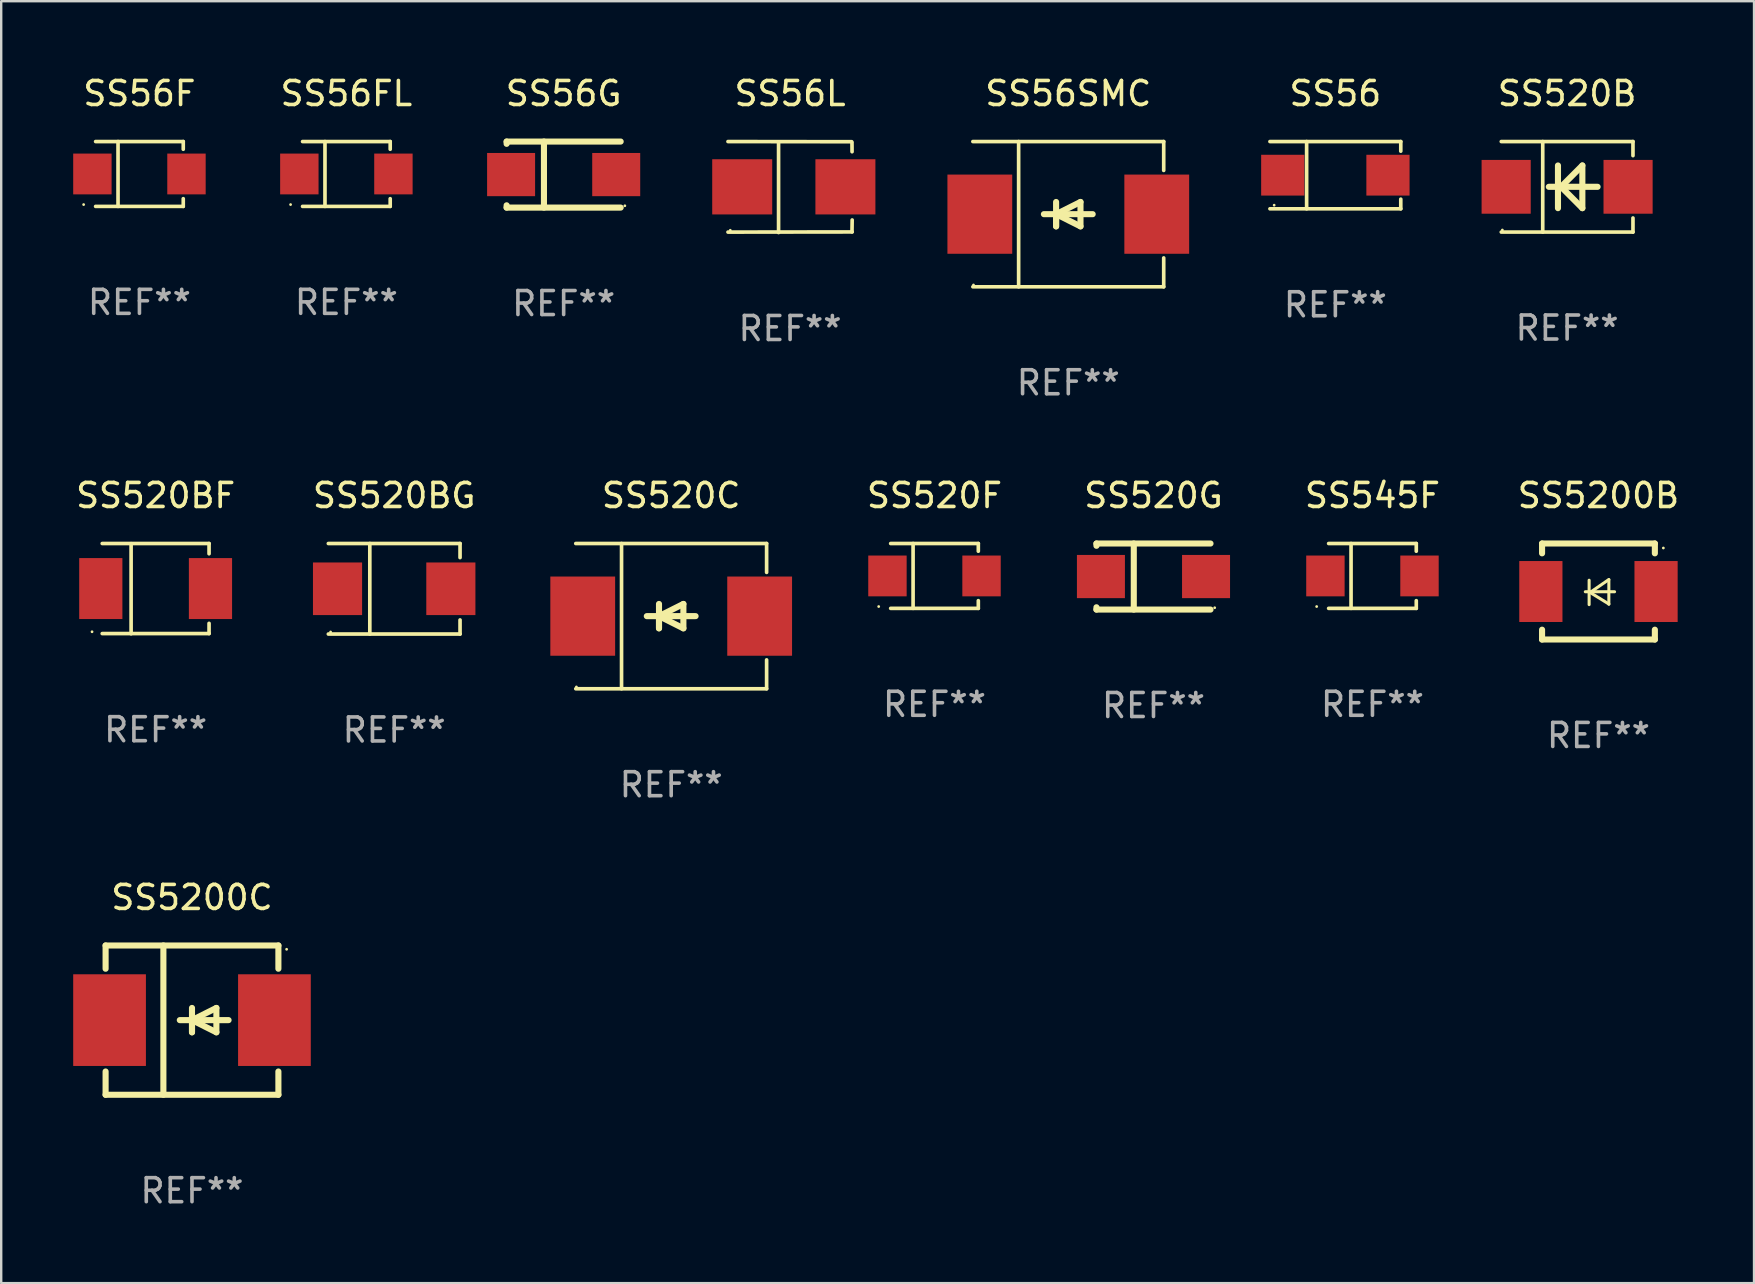
<source format=kicad_pcb>
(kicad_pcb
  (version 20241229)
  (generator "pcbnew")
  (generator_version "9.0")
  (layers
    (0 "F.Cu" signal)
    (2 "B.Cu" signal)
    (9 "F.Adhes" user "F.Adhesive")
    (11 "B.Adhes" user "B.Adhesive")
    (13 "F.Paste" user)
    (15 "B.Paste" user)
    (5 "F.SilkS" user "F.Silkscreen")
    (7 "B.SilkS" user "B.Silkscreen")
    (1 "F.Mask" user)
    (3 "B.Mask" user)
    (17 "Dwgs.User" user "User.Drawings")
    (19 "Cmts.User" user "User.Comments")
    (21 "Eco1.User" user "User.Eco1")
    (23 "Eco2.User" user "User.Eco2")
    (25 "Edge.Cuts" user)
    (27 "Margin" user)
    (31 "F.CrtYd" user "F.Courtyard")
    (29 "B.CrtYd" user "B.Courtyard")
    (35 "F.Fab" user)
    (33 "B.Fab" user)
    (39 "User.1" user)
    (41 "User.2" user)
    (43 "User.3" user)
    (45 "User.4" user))
  (footprint "SS56"
    (layer "F.Cu")
    (at 52.591 4.249)
    (property "Reference" "SS56" (at 0 -3.401 0) (layer "F.SilkS") (effects (font (size 1 1) (thickness 0.15))))
    (attr through_hole)
    (fp_line (start -2.726 -1.401) (end 2.726 -1.401) (stroke (width 0.152) (type solid)) (layer "F.SilkS"))
    (fp_line (start -2.726 1.401) (end 2.726 1.401) (stroke (width 0.152) (type solid)) (layer "F.SilkS"))
    (fp_line (start -1.197 -1.401) (end -1.197 1.401) (stroke (width 0.152) (type solid)) (layer "F.SilkS"))
    (fp_line (start 2.726 -1.401) (end 2.726 -1) (stroke (width 0.152) (type solid)) (layer "F.SilkS"))
    (fp_line (start 2.726 1.401) (end 2.726 1) (stroke (width 0.152) (type solid)) (layer "F.SilkS"))
    (fp_circle (center -2.55 1.25) (end -2.52 1.25) (stroke (width 0.06) (type solid)) (fill no) (layer "F.SilkS"))
    (fp_text user "REF**" (at 0 5.401 0) (layer "F.Fab") (effects (font (size 1 1) (thickness 0.15))))
    (pad "1" smd rect (at -2.192 0) (size 1.8 1.7) (layers "F.Cu" "F.Mask" "F.Paste"))
    (pad "2" smd rect (at 2.192 0) (size 1.8 1.7) (layers "F.Cu" "F.Mask" "F.Paste")))
  (footprint "SS56SMC"
    (layer "F.Cu")
    (at 41.463 5.874)
    (property "Reference" "SS56SMC" (at 0 -5.026 0) (layer "F.SilkS") (effects (font (size 1 1) (thickness 0.15))))
    (attr through_hole)
    (fp_line (start -3.976 -3.026) (end 3.976 -3.026) (stroke (width 0.152) (type solid)) (layer "F.SilkS"))
    (fp_line (start -3.976 3.026) (end 3.976 3.026) (stroke (width 0.152) (type solid)) (layer "F.SilkS"))
    (fp_line (start -2.069 -3.026) (end -2.069 3.026) (stroke (width 0.152) (type solid)) (layer "F.SilkS"))
    (fp_line (start -0.508 0) (end -0.508 0.508) (stroke (width 0.254) (type solid)) (layer "F.SilkS"))
    (fp_line (start -0.508 0) (end 0.508 0.508) (stroke (width 0.254) (type solid)) (layer "F.SilkS"))
    (fp_line (start -0.508 0.508) (end -0.508 -0.508) (stroke (width 0.254) (type solid)) (layer "F.SilkS"))
    (fp_line (start 0.508 -0.508) (end -0.508 0) (stroke (width 0.254) (type solid)) (layer "F.SilkS"))
    (fp_line (start 0.508 0.508) (end 0.508 -0.508) (stroke (width 0.254) (type solid)) (layer "F.SilkS"))
    (fp_line (start 1.016 0) (end -1.016 0) (stroke (width 0.254) (type solid)) (layer "F.SilkS"))
    (fp_line (start 3.976 -3.026) (end 3.976 -1.823) (stroke (width 0.152) (type solid)) (layer "F.SilkS"))
    (fp_line (start 3.976 3.026) (end 3.976 1.823) (stroke (width 0.152) (type solid)) (layer "F.SilkS"))
    (fp_circle (center -3.95 2.95) (end -3.92 2.95) (stroke (width 0.06) (type solid)) (fill no) (layer "F.SilkS"))
    (fp_text user "REF**" (at 0 7.026 0) (layer "F.Fab") (effects (font (size 1 1) (thickness 0.15))))
    (pad "1" smd rect (at -3.686 0) (size 2.7 3.3) (layers "F.Cu" "F.Mask" "F.Paste"))
    (pad "2" smd rect (at 3.686 0) (size 2.7 3.3) (layers "F.Cu" "F.Mask" "F.Paste")))
  (footprint "SS520BG"
    (layer "F.Cu")
    (at 13.375 21.483)
    (property "Reference" "SS520BG" (at 0 -3.886 0) (layer "F.SilkS") (effects (font (size 1 1) (thickness 0.15))))
    (attr through_hole)
    (fp_line (start -2.744 -1.886) (end 2.744 -1.886) (stroke (width 0.152) (type solid)) (layer "F.SilkS"))
    (fp_line (start -2.744 1.886) (end 2.744 1.886) (stroke (width 0.152) (type solid)) (layer "F.SilkS"))
    (fp_line (start -1.016 -1.886) (end -1.016 1.886) (stroke (width 0.152) (type solid)) (layer "F.SilkS"))
    (fp_line (start 2.744 -1.886) (end 2.744 -1.299) (stroke (width 0.152) (type solid)) (layer "F.SilkS"))
    (fp_line (start 2.744 1.886) (end 2.744 1.299) (stroke (width 0.152) (type solid)) (layer "F.SilkS"))
    (fp_circle (center -2.65 1.8) (end -2.62 1.8) (stroke (width 0.06) (type solid)) (fill no) (layer "F.SilkS"))
    (fp_text user "REF**" (at 0 5.886 0) (layer "F.Fab") (effects (font (size 1 1) (thickness 0.15))))
    (pad "1" smd rect (at -2.361 0) (size 2.047 2.192) (layers "F.Cu" "F.Mask" "F.Paste"))
    (pad "2" smd rect (at 2.361 0) (size 2.047 2.192) (layers "F.Cu" "F.Mask" "F.Paste")))
  (footprint "SS56L"
    (layer "F.Cu")
    (at 29.871 4.744)
    (property "Reference" "SS56L" (at 0 -3.896 0) (layer "F.SilkS") (effects (font (size 1 1) (thickness 0.15))))
    (attr through_hole)
    (fp_line (start -2.588 -1.896) (end 2.568 -1.889) (stroke (width 0.152) (type solid)) (layer "F.SilkS"))
    (fp_line (start -2.588 1.877) (end 2.588 1.87) (stroke (width 0.152) (type solid)) (layer "F.SilkS"))
    (fp_line (start -0.48 1.896) (end -0.48 -1.871) (stroke (width 0.152) (type solid)) (layer "F.SilkS"))
    (fp_line (start 2.579 -1.849) (end 2.582 -1.472) (stroke (width 0.152) (type solid)) (layer "F.SilkS"))
    (fp_line (start 2.579 1.867) (end 2.587 1.372) (stroke (width 0.152) (type solid)) (layer "F.SilkS"))
    (fp_circle (center -2.492 1.801) (end -2.462 1.801) (stroke (width 0.06) (type solid)) (fill no) (layer "F.SilkS"))
    (fp_text user "REF**" (at 0 5.896 0) (layer "F.Fab") (effects (font (size 1 1) (thickness 0.15))))
    (pad "1" smd rect (at -1.995 -0.009) (size 2.5 2.3) (layers "F.Cu" "F.Mask" "F.Paste"))
    (pad "2" smd rect (at 2.305 -0.009) (size 2.5 2.3) (layers "F.Cu" "F.Mask" "F.Paste")))
  (footprint "SS520C"
    (layer "F.Cu")
    (at 24.917 22.623)
    (property "Reference" "SS520C" (at 0 -5.026 0) (layer "F.SilkS") (effects (font (size 1 1) (thickness 0.15))))
    (attr through_hole)
    (fp_line (start -3.976 -3.026) (end 3.976 -3.026) (stroke (width 0.152) (type solid)) (layer "F.SilkS"))
    (fp_line (start -3.976 3.026) (end 3.976 3.026) (stroke (width 0.152) (type solid)) (layer "F.SilkS"))
    (fp_line (start -2.069 -3.026) (end -2.069 3.026) (stroke (width 0.152) (type solid)) (layer "F.SilkS"))
    (fp_line (start -0.508 0) (end -0.508 0.508) (stroke (width 0.254) (type solid)) (layer "F.SilkS"))
    (fp_line (start -0.508 0) (end 0.508 0.508) (stroke (width 0.254) (type solid)) (layer "F.SilkS"))
    (fp_line (start -0.508 0.508) (end -0.508 -0.508) (stroke (width 0.254) (type solid)) (layer "F.SilkS"))
    (fp_line (start 0.508 -0.508) (end -0.508 0) (stroke (width 0.254) (type solid)) (layer "F.SilkS"))
    (fp_line (start 0.508 0.508) (end 0.508 -0.508) (stroke (width 0.254) (type solid)) (layer "F.SilkS"))
    (fp_line (start 1.016 0) (end -1.016 0) (stroke (width 0.254) (type solid)) (layer "F.SilkS"))
    (fp_line (start 3.976 -3.026) (end 3.976 -1.823) (stroke (width 0.152) (type solid)) (layer "F.SilkS"))
    (fp_line (start 3.976 3.026) (end 3.976 1.823) (stroke (width 0.152) (type solid)) (layer "F.SilkS"))
    (fp_circle (center -3.95 2.95) (end -3.92 2.95) (stroke (width 0.06) (type solid)) (fill no) (layer "F.SilkS"))
    (fp_text user "REF**" (at 0 7.026 0) (layer "F.Fab") (effects (font (size 1 1) (thickness 0.15))))
    (pad "1" smd rect (at -3.686 0) (size 2.7 3.3) (layers "F.Cu" "F.Mask" "F.Paste"))
    (pad "2" smd rect (at 3.686 0) (size 2.7 3.3) (layers "F.Cu" "F.Mask" "F.Paste")))
  (footprint "SS5200B"
    (layer "F.Cu")
    (at 63.554 21.597)
    (property "Reference" "SS5200B" (at 0 -4 0) (layer "F.SilkS") (effects (font (size 1 1) (thickness 0.15))))
    (attr through_hole)
    (fp_line (start -2.35 -2) (end -2.35 -1.591) (stroke (width 0.254) (type solid)) (layer "F.SilkS"))
    (fp_line (start -2.35 -2) (end 2.35 -2) (stroke (width 0.254) (type solid)) (layer "F.SilkS"))
    (fp_line (start -2.35 1.591) (end -2.35 2) (stroke (width 0.254) (type solid)) (layer "F.SilkS"))
    (fp_line (start -2.35 2) (end 2.35 2) (stroke (width 0.254) (type solid)) (layer "F.SilkS"))
    (fp_line (start -0.548 0.01) (end 0.671 0.01) (stroke (width 0.127) (type solid)) (layer "F.SilkS"))
    (fp_line (start -0.389 -0.47) (end -0.389 0.546) (stroke (width 0.127) (type solid)) (layer "F.SilkS"))
    (fp_line (start -0.35 0.04) (end 0.433 0.52) (stroke (width 0.127) (type solid)) (layer "F.SilkS"))
    (fp_line (start 0.433 -0.5) (end -0.35 0.04) (stroke (width 0.127) (type solid)) (layer "F.SilkS"))
    (fp_line (start 0.433 0.53) (end 0.433 -0.486) (stroke (width 0.127) (type solid)) (layer "F.SilkS"))
    (fp_line (start 2.35 -2) (end 2.35 -1.591) (stroke (width 0.254) (type solid)) (layer "F.SilkS"))
    (fp_line (start 2.35 1.591) (end 2.35 2) (stroke (width 0.254) (type solid)) (layer "F.SilkS"))
    (fp_circle (center 2.704 -1.813) (end 2.734 -1.813) (stroke (width 0.06) (type solid)) (fill no) (layer "F.SilkS"))
    (fp_text user "REF**" (at 0 6 0) (layer "F.Fab") (effects (font (size 1 1) (thickness 0.15))))
    (pad "1" smd rect (at 2.4 0) (size 1.8 2.54) (layers "F.Cu" "F.Mask" "F.Paste"))
    (pad "2" smd rect (at -2.4 0) (size 1.8 2.54) (layers "F.Cu" "F.Mask" "F.Paste")))
  (footprint "SS520BF"
    (layer "F.Cu")
    (at 3.435 21.477)
    (property "Reference" "SS520BF" (at 0 -3.88 0) (layer "F.SilkS") (effects (font (size 1 1) (thickness 0.15))))
    (attr through_hole)
    (fp_line (start -2.226 -1.88) (end 2.226 -1.88) (stroke (width 0.152) (type solid)) (layer "F.SilkS"))
    (fp_line (start -2.226 1.873) (end 2.226 1.873) (stroke (width 0.152) (type solid)) (layer "F.SilkS"))
    (fp_line (start -1.022 -1.873) (end -1.022 1.88) (stroke (width 0.152) (type solid)) (layer "F.SilkS"))
    (fp_line (start 2.226 -1.88) (end 2.226 -1.453) (stroke (width 0.152) (type solid)) (layer "F.SilkS"))
    (fp_line (start 2.226 1.447) (end 2.226 1.873) (stroke (width 0.152) (type solid)) (layer "F.SilkS"))
    (fp_circle (center -2.65 1.797) (end -2.62 1.797) (stroke (width 0.06) (type solid)) (fill no) (layer "F.SilkS"))
    (fp_text user "REF**" (at 0 5.88 0) (layer "F.Fab") (effects (font (size 1 1) (thickness 0.15))))
    (pad "1" smd rect (at -2.285 -0.003) (size 1.8 2.54) (layers "F.Cu" "F.Mask" "F.Paste"))
    (pad "2" smd rect (at 2.285 -0.003) (size 1.8 2.54) (layers "F.Cu" "F.Mask" "F.Paste")))
  (footprint "SS520F"
    (layer "F.Cu")
    (at 35.888 20.948)
    (property "Reference" "SS520F" (at 0 -3.351 0) (layer "F.SilkS") (effects (font (size 1 1) (thickness 0.15))))
    (attr through_hole)
    (fp_line (start -1.826 -1.351) (end 1.826 -1.351) (stroke (width 0.152) (type solid)) (layer "F.SilkS"))
    (fp_line (start -1.826 1.351) (end 1.826 1.351) (stroke (width 0.152) (type solid)) (layer "F.SilkS"))
    (fp_line (start -0.892 -1.351) (end -0.892 1.351) (stroke (width 0.152) (type solid)) (layer "F.SilkS"))
    (fp_line (start 1.826 -1.351) (end 1.826 -1.03) (stroke (width 0.152) (type solid)) (layer "F.SilkS"))
    (fp_line (start 1.826 1.03) (end 1.826 1.351) (stroke (width 0.152) (type solid)) (layer "F.SilkS"))
    (fp_circle (center -2.325 1.275) (end -2.295 1.275) (stroke (width 0.06) (type solid)) (fill no) (layer "F.SilkS"))
    (fp_text user "REF**" (at 0 5.351 0) (layer "F.Fab") (effects (font (size 1 1) (thickness 0.15))))
    (pad "1" smd rect (at -1.96 0 180) (size 1.6 1.7) (layers "F.Cu" "F.Mask" "F.Paste"))
    (pad "2" smd rect (at 1.96 0 180) (size 1.6 1.7) (layers "F.Cu" "F.Mask" "F.Paste")))
  (footprint "SS56FL"
    (layer "F.Cu")
    (at 11.383 4.199)
    (property "Reference" "SS56FL" (at 0 -3.351 0) (layer "F.SilkS") (effects (font (size 1 1) (thickness 0.15))))
    (attr through_hole)
    (fp_line (start -1.826 -1.351) (end 1.826 -1.351) (stroke (width 0.152) (type solid)) (layer "F.SilkS"))
    (fp_line (start -1.826 1.351) (end 1.826 1.351) (stroke (width 0.152) (type solid)) (layer "F.SilkS"))
    (fp_line (start -0.892 -1.351) (end -0.892 1.351) (stroke (width 0.152) (type solid)) (layer "F.SilkS"))
    (fp_line (start 1.826 -1.351) (end 1.826 -1.03) (stroke (width 0.152) (type solid)) (layer "F.SilkS"))
    (fp_line (start 1.826 1.03) (end 1.826 1.351) (stroke (width 0.152) (type solid)) (layer "F.SilkS"))
    (fp_circle (center -2.325 1.275) (end -2.295 1.275) (stroke (width 0.06) (type solid)) (fill no) (layer "F.SilkS"))
    (fp_text user "REF**" (at 0 5.351 0) (layer "F.Fab") (effects (font (size 1 1) (thickness 0.15))))
    (pad "1" smd rect (at -1.96 0 180) (size 1.6 1.7) (layers "F.Cu" "F.Mask" "F.Paste"))
    (pad "2" smd rect (at 1.96 0 180) (size 1.6 1.7) (layers "F.Cu" "F.Mask" "F.Paste")))
  (footprint "SS520B"
    (layer "F.Cu")
    (at 62.248 4.734)
    (property "Reference" "SS520B" (at 0 -3.886 0) (layer "F.SilkS") (effects (font (size 1 1) (thickness 0.15))))
    (attr through_hole)
    (fp_line (start -2.744 -1.886) (end 2.744 -1.886) (stroke (width 0.152) (type solid)) (layer "F.SilkS"))
    (fp_line (start -2.744 1.886) (end 2.744 1.886) (stroke (width 0.152) (type solid)) (layer "F.SilkS"))
    (fp_line (start -1.016 -1.886) (end -1.016 1.886) (stroke (width 0.152) (type solid)) (layer "F.SilkS"))
    (fp_line (start -0.381 -0.889) (end -0.381 0.889) (stroke (width 0.254) (type solid)) (layer "F.SilkS"))
    (fp_line (start -0.366 0) (end -0.254 0) (stroke (width 0.254) (type solid)) (layer "F.SilkS"))
    (fp_line (start -0.254 0) (end -0.328 0) (stroke (width 0.254) (type solid)) (layer "F.SilkS"))
    (fp_line (start -0.254 0) (end 0.635 -0.889) (stroke (width 0.254) (type solid)) (layer "F.SilkS"))
    (fp_line (start 0.635 -0.889) (end 0.635 0.889) (stroke (width 0.254) (type solid)) (layer "F.SilkS"))
    (fp_line (start 0.635 0.889) (end -0.254 0) (stroke (width 0.254) (type solid)) (layer "F.SilkS"))
    (fp_line (start 1.27 0) (end -0.762 0) (stroke (width 0.254) (type solid)) (layer "F.SilkS"))
    (fp_line (start 2.744 -1.886) (end 2.744 -1.299) (stroke (width 0.152) (type solid)) (layer "F.SilkS"))
    (fp_line (start 2.744 1.886) (end 2.744 1.299) (stroke (width 0.152) (type solid)) (layer "F.SilkS"))
    (fp_circle (center -2.698 1.8) (end -2.668 1.8) (stroke (width 0.06) (type solid)) (fill no) (layer "F.SilkS"))
    (fp_text user "REF**" (at 0 5.886 0) (layer "F.Fab") (effects (font (size 1 1) (thickness 0.15))))
    (pad "1" smd rect (at -2.54 0) (size 2.047 2.241) (layers "F.Cu" "F.Mask" "F.Paste"))
    (pad "2" smd rect (at 2.54 0) (size 2.047 2.241) (layers "F.Cu" "F.Mask" "F.Paste")))
  (footprint "SS5200C"
    (layer "F.Cu")
    (at 4.95 39.456)
    (property "Reference" "SS5200C" (at 0 -5.11 0) (layer "F.SilkS") (effects (font (size 1 1) (thickness 0.15))))
    (attr through_hole)
    (fp_line (start -3.6 -3.11) (end -3.6 -2.141) (stroke (width 0.254) (type solid)) (layer "F.SilkS"))
    (fp_line (start -3.6 -3.11) (end 3.6 -3.11) (stroke (width 0.254) (type solid)) (layer "F.SilkS"))
    (fp_line (start -3.6 2.141) (end -3.6 3.11) (stroke (width 0.254) (type solid)) (layer "F.SilkS"))
    (fp_line (start -3.6 3.11) (end 3.6 3.11) (stroke (width 0.254) (type solid)) (layer "F.SilkS"))
    (fp_line (start -1.192 -3.11) (end -1.192 3.11) (stroke (width 0.254) (type solid)) (layer "F.SilkS"))
    (fp_line (start 0 0) (end 0 0.508) (stroke (width 0.254) (type solid)) (layer "F.SilkS"))
    (fp_line (start 0 0) (end 1.016 0.508) (stroke (width 0.254) (type solid)) (layer "F.SilkS"))
    (fp_line (start 0 0.508) (end 0 -0.508) (stroke (width 0.254) (type solid)) (layer "F.SilkS"))
    (fp_line (start 1.016 -0.508) (end 0 0) (stroke (width 0.254) (type solid)) (layer "F.SilkS"))
    (fp_line (start 1.016 0.508) (end 1.016 -0.508) (stroke (width 0.254) (type solid)) (layer "F.SilkS"))
    (fp_line (start 1.524 0) (end -0.508 0) (stroke (width 0.254) (type solid)) (layer "F.SilkS"))
    (fp_line (start 3.6 -3.11) (end 3.6 -2.141) (stroke (width 0.254) (type solid)) (layer "F.SilkS"))
    (fp_line (start 3.6 2.141) (end 3.6 3.11) (stroke (width 0.254) (type solid)) (layer "F.SilkS"))
    (fp_circle (center 3.943 -2.952) (end 3.973 -2.952) (stroke (width 0.06) (type solid)) (fill no) (layer "F.SilkS"))
    (fp_text user "REF**" (at 0 7.11 0) (layer "F.Fab") (effects (font (size 1 1) (thickness 0.15))))
    (pad "1" smd rect (at 3.435 0 180) (size 3.03 3.82) (layers "F.Cu" "F.Mask" "F.Paste"))
    (pad "2" smd rect (at -3.435 0 180) (size 3.03 3.82) (layers "F.Cu" "F.Mask" "F.Paste")))
  (footprint "SS520G"
    (layer "F.Cu")
    (at 45.013 20.973)
    (property "Reference" "SS520G" (at 0 -3.376 0) (layer "F.SilkS") (effects (font (size 1 1) (thickness 0.15))))
    (attr through_hole)
    (fp_line (start -2.376 -1.281) (end -2.376 -1.376) (stroke (width 0.254) (type solid)) (layer "F.SilkS"))
    (fp_line (start -2.376 1.376) (end -2.376 1.281) (stroke (width 0.254) (type solid)) (layer "F.SilkS"))
    (fp_line (start -0.821 1.376) (end -0.821 -1.376) (stroke (width 0.254) (type solid)) (layer "F.SilkS"))
    (fp_line (start 2.376 -1.376) (end -2.376 -1.376) (stroke (width 0.254) (type solid)) (layer "F.SilkS"))
    (fp_line (start 2.376 1.376) (end -2.376 1.376) (stroke (width 0.254) (type solid)) (layer "F.SilkS"))
    (fp_circle (center 2.55 1.3) (end 2.58 1.3) (stroke (width 0.06) (type solid)) (fill no) (layer "F.SilkS"))
    (fp_text user "REF**" (at 0 5.376 0) (layer "F.Fab") (effects (font (size 1 1) (thickness 0.15))))
    (pad "1" smd rect (at 2.19 -0.000025 180) (size 2 1.8) (layers "F.Cu" "F.Mask" "F.Paste"))
    (pad "2" smd rect (at -2.19 -0.000025 180) (size 2 1.8) (layers "F.Cu" "F.Mask" "F.Paste")))
  (footprint "SS56F"
    (layer "F.Cu")
    (at 2.76 4.199)
    (property "Reference" "SS56F" (at 0 -3.351 0) (layer "F.SilkS") (effects (font (size 1 1) (thickness 0.15))))
    (attr through_hole)
    (fp_line (start -1.826 -1.351) (end 1.826 -1.351) (stroke (width 0.152) (type solid)) (layer "F.SilkS"))
    (fp_line (start -1.826 1.351) (end 1.826 1.351) (stroke (width 0.152) (type solid)) (layer "F.SilkS"))
    (fp_line (start -0.892 -1.351) (end -0.892 1.351) (stroke (width 0.152) (type solid)) (layer "F.SilkS"))
    (fp_line (start 1.826 -1.351) (end 1.826 -1.03) (stroke (width 0.152) (type solid)) (layer "F.SilkS"))
    (fp_line (start 1.826 1.03) (end 1.826 1.351) (stroke (width 0.152) (type solid)) (layer "F.SilkS"))
    (fp_circle (center -2.325 1.275) (end -2.295 1.275) (stroke (width 0.06) (type solid)) (fill no) (layer "F.SilkS"))
    (fp_text user "REF**" (at 0 5.351 0) (layer "F.Fab") (effects (font (size 1 1) (thickness 0.15))))
    (pad "1" smd rect (at -1.96 0 180) (size 1.6 1.7) (layers "F.Cu" "F.Mask" "F.Paste"))
    (pad "2" smd rect (at 1.96 0 180) (size 1.6 1.7) (layers "F.Cu" "F.Mask" "F.Paste")))
  (footprint "SS545F"
    (layer "F.Cu")
    (at 54.137 20.948)
    (property "Reference" "SS545F" (at 0 -3.351 0) (layer "F.SilkS") (effects (font (size 1 1) (thickness 0.15))))
    (attr through_hole)
    (fp_line (start -1.826 -1.351) (end 1.826 -1.351) (stroke (width 0.152) (type solid)) (layer "F.SilkS"))
    (fp_line (start -1.826 1.351) (end 1.826 1.351) (stroke (width 0.152) (type solid)) (layer "F.SilkS"))
    (fp_line (start -0.892 -1.351) (end -0.892 1.351) (stroke (width 0.152) (type solid)) (layer "F.SilkS"))
    (fp_line (start 1.826 -1.351) (end 1.826 -1.03) (stroke (width 0.152) (type solid)) (layer "F.SilkS"))
    (fp_line (start 1.826 1.03) (end 1.826 1.351) (stroke (width 0.152) (type solid)) (layer "F.SilkS"))
    (fp_circle (center -2.325 1.275) (end -2.295 1.275) (stroke (width 0.06) (type solid)) (fill no) (layer "F.SilkS"))
    (fp_text user "REF**" (at 0 5.351 0) (layer "F.Fab") (effects (font (size 1 1) (thickness 0.15))))
    (pad "1" smd rect (at -1.96 0 180) (size 1.6 1.7) (layers "F.Cu" "F.Mask" "F.Paste"))
    (pad "2" smd rect (at 1.96 0 180) (size 1.6 1.7) (layers "F.Cu" "F.Mask" "F.Paste")))
  (footprint "SS56G"
    (layer "F.Cu")
    (at 20.436 4.224)
    (property "Reference" "SS56G" (at 0 -3.376 0) (layer "F.SilkS") (effects (font (size 1 1) (thickness 0.15))))
    (attr through_hole)
    (fp_line (start -2.376 -1.281) (end -2.376 -1.376) (stroke (width 0.254) (type solid)) (layer "F.SilkS"))
    (fp_line (start -2.376 1.376) (end -2.376 1.281) (stroke (width 0.254) (type solid)) (layer "F.SilkS"))
    (fp_line (start -0.821 1.376) (end -0.821 -1.376) (stroke (width 0.254) (type solid)) (layer "F.SilkS"))
    (fp_line (start 2.376 -1.376) (end -2.376 -1.376) (stroke (width 0.254) (type solid)) (layer "F.SilkS"))
    (fp_line (start 2.376 1.376) (end -2.376 1.376) (stroke (width 0.254) (type solid)) (layer "F.SilkS"))
    (fp_circle (center 2.55 1.3) (end 2.58 1.3) (stroke (width 0.06) (type solid)) (fill no) (layer "F.SilkS"))
    (fp_text user "REF**" (at 0 5.376 0) (layer "F.Fab") (effects (font (size 1 1) (thickness 0.15))))
    (pad "1" smd rect (at 2.19 -0.000025 180) (size 2 1.8) (layers "F.Cu" "F.Mask" "F.Paste"))
    (pad "2" smd rect (at -2.19 -0.000025 180) (size 2 1.8) (layers "F.Cu" "F.Mask" "F.Paste")))
  (gr_rect
    (start -3 -3)
    (end 70.036 50.414)
    (stroke (width 0.1) (type default))
    (fill no)
    (layer "Edge.Cuts")))
</source>
